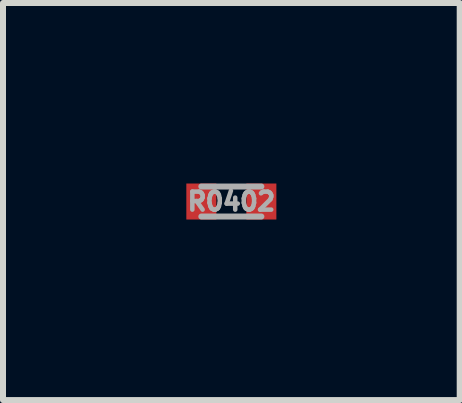
<source format=kicad_pcb>
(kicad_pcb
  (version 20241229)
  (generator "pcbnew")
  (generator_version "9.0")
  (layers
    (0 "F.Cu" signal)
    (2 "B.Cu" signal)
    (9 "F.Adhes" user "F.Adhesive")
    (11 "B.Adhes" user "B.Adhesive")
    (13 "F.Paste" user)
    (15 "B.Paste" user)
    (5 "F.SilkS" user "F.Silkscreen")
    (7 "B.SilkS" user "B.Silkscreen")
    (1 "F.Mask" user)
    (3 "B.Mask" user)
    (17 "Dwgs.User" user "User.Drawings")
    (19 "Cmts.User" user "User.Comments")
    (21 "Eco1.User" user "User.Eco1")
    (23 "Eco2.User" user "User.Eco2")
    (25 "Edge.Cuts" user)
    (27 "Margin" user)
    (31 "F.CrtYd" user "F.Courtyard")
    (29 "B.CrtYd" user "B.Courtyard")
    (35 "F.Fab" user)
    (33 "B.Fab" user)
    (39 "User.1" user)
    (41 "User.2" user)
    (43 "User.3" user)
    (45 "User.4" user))
  (footprint "R0402"
    (layer "F.Cu")
    (at 0.804 0.307)
    (property "Reference" "R0402" (at 0 0 0) (layer "F.Fab") (effects (font (size 0.3 0.3) (thickness 0.075))))
    (attr through_hole)
    (fp_line (start -0.5 -0.25) (end 0.5 -0.25) (stroke (width 0.1) (type solid)) (layer "F.Fab"))
    (fp_line (start 0.5 0.25) (end -0.5 0.25) (stroke (width 0.1) (type solid)) (layer "F.Fab"))
    (pad "1" smd rect (at -0.5 0) (size 0.5 0.6) (layers "F.Cu" "F.Mask" "F.Paste"))
    (pad "2" smd rect (at 0.5 0) (size 0.5 0.6) (layers "F.Cu" "F.Mask" "F.Paste")))
  (gr_rect
    (start -3 -3)
    (end 4.608 3.614)
    (stroke (width 0.1) (type default))
    (fill no)
    (layer "Edge.Cuts")))
</source>
